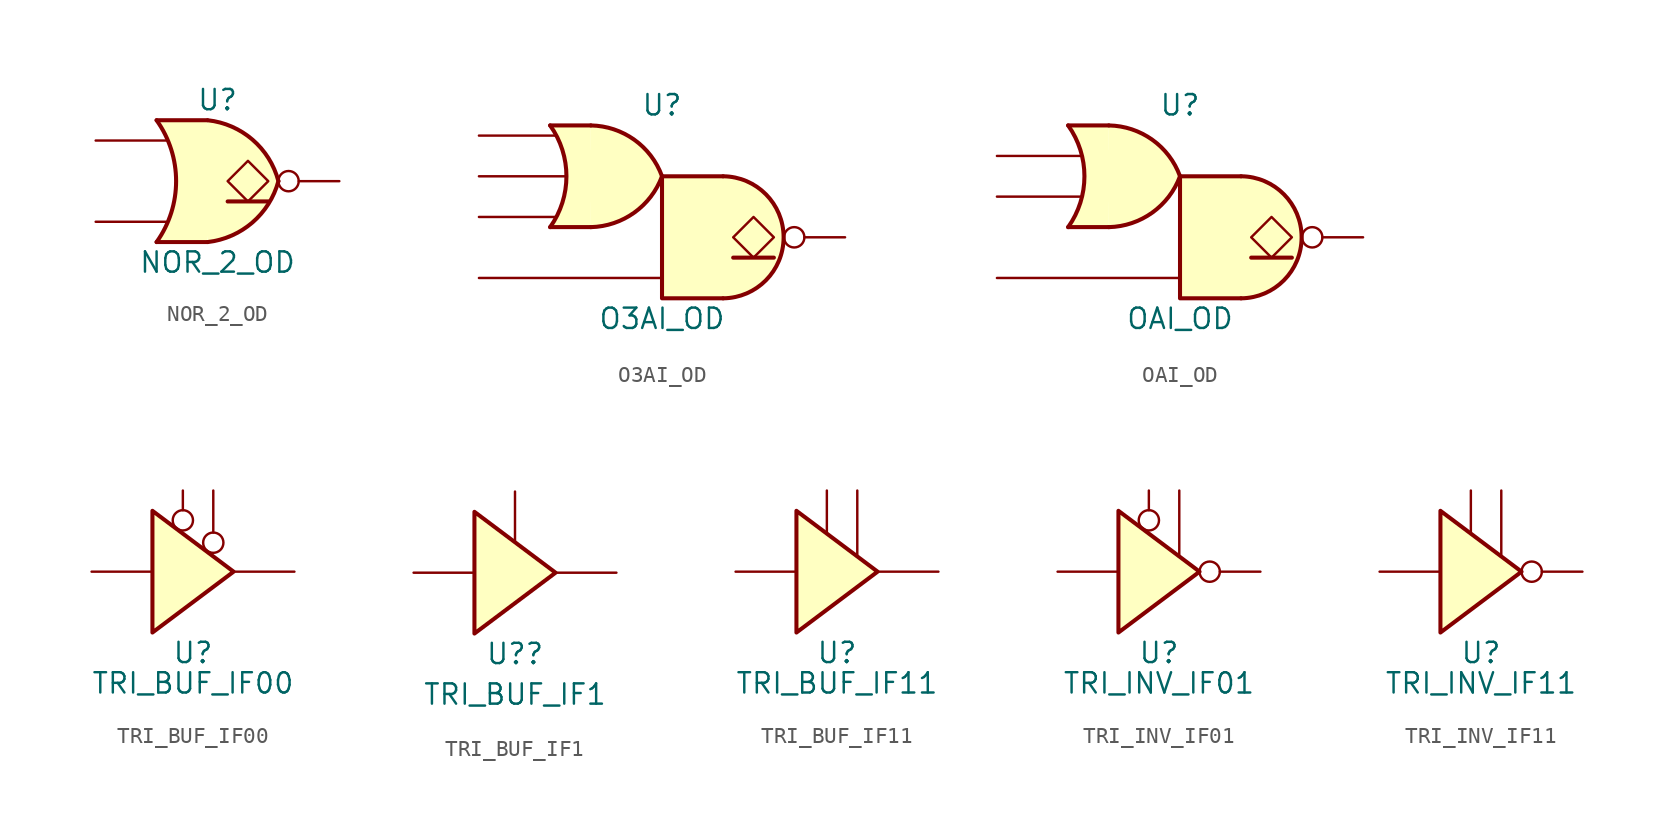
<source format=kicad_sym>
(kicad_symbol_lib
  (version 20231120)
  (generator "kicad_symbol_editor")
  (generator_version "8.0")
  (symbol "NOR_2_OD"
    (pin_numbers hide)
    (pin_names hide)
    (property "Reference" "U"
      (at 0 5.08 0)
      (effects (font (size 1.27 1.27))))
    (property "Value" "NOR_2_OD"
      (at 0 -5.08 0)
      (effects (font (size 1.27 1.27))))
    (symbol "NOR_2_OD_1_1"
      (arc (start -3.8102 -3.81) (mid -2.5892 0) (end -3.8102 3.81) (stroke (width 0.254) (type default)) (fill (type none)))
      (arc (start -0.6098 -3.81) (mid 2.1853 -2.584) (end 3.8098 0) (stroke (width 0.254) (type default)) (fill (type background)))
      (polyline (pts (xy -3.81 -3.81) (xy -0.635 -3.81)) (stroke (width 0.254) (type default)) (fill (type background)))
      (polyline (pts (xy -3.81 3.81) (xy -0.635 3.81)) (stroke (width 0.254) (type default)) (fill (type background)))
      (polyline (pts (xy 0.635 -1.27) (xy 3.175 -1.27)) (stroke (width 0.254) (type default)) (fill (type none)))
      (polyline (pts (xy 3.175 0) (xy 1.905 1.27) (xy 0.635 0) (xy 1.905 -1.27) (xy 3.175 0)) (stroke (width 0) (type default)) (fill (type none)))
      (polyline (pts (xy -0.635 3.81) (xy -3.81 3.81) (xy -3.81 3.81) (xy -3.556 3.404) (xy -3.023 2.261) (xy -2.693 1.041) (xy -2.616 -0.254) (xy -2.769 -1.499) (xy -3.175 -2.718) (xy -3.81 -3.81) (xy -3.81 -3.81) (xy -0.635 -3.81)) (stroke (width -25.4) (type default)) (fill (type background)))
      (arc (start 3.8098 0) (mid 2.1926 2.5925) (end -0.6098 3.81) (stroke (width 0.254) (type default)) (fill (type background)))
      (pin input line (at -7.62 2.54 0) (length 4.4) (name "~" (effects (font (size 1.27 1.27)))) (number "1" (effects (font (size 1.27 1.27)))))
      (pin input line (at -7.62 -2.54 0) (length 4.4) (name "~" (effects (font (size 1.27 1.27)))) (number "2" (effects (font (size 1.27 1.27)))))
      (pin tri_state inverted (at 7.62 0 180) (length 3.81) (name "~" (effects (font (size 1.27 1.27)))) (number "3" (effects (font (size 0 0)))))))
  (symbol "O3AI_OD"
    (pin_numbers hide)
    (pin_names hide)
    (property "Reference" "U"
      (at 0 6.985 0)
      (effects (font (size 1.27 1.27))))
    (property "Value" "O3AI_OD"
      (at 0 -6.35 0)
      (effects (font (size 1.27 1.27))))
    (symbol "O3AI_OD_1_1"
      (arc (start -6.9841 -0.635) (mid -5.9668 2.54) (end -6.9841 5.715) (stroke (width 0.254) (type default)) (fill (type none)))
      (arc (start -4.4441 -0.635) (mid -1.734 0.2698) (end 0.0007 2.54) (stroke (width 0.254) (type default)) (fill (type background)))
      (polyline (pts (xy -6.984 -0.635) (xy -4.444 -0.635)) (stroke (width 0.254) (type default)) (fill (type background)))
      (polyline (pts (xy -6.984 5.715) (xy -4.444 5.715)) (stroke (width 0.254) (type default)) (fill (type background)))
      (polyline (pts (xy 4.445 -2.54) (xy 6.985 -2.54)) (stroke (width 0.254) (type default)) (fill (type none)))
      (polyline (pts (xy 3.811 2.54) (xy 0.001 2.54) (xy 0.001 -5.08) (xy 3.811 -5.08)) (stroke (width 0.254) (type default)) (fill (type background)))
      (polyline (pts (xy 6.985 -1.27) (xy 5.715 0) (xy 4.445 -1.27) (xy 5.715 -2.54) (xy 6.985 -1.27)) (stroke (width 0) (type default)) (fill (type none)))
      (polyline (pts (xy -4.444 5.715) (xy -6.959 5.69) (xy -6.552 5.029) (xy -6.247 4.318) (xy -6.095 3.658) (xy -5.943 2.946) (xy -5.943 2.134) (xy -6.044 1.422) (xy -6.349 0.559) (xy -6.603 0) (xy -6.908 -0.61) (xy -4.444 -0.635)) (stroke (width -25.4) (type default)) (fill (type background)))
      (arc (start 0.0007 2.54) (mid -1.7279 4.8188) (end -4.4441 5.715) (stroke (width 0.254) (type default)) (fill (type background)))
      (arc (start 3.8109 -5.08) (mid 7.5934 -1.27) (end 3.8109 2.54) (stroke (width 0.254) (type default)) (fill (type background)))
      (pin input line (at -11.43 5.08 0) (length 4.8) (name "~" (effects (font (size 1.27 1.27)))) (number "1" (effects (font (size 1.27 1.27)))))
      (pin input line (at -11.43 2.54 0) (length 5.4) (name "~" (effects (font (size 1.27 1.27)))) (number "2" (effects (font (size 1.27 1.27)))))
      (pin input line (at -11.43 0 0) (length 4.8) (name "~" (effects (font (size 1.27 1.27)))) (number "3" (effects (font (size 1.27 1.27)))))
      (pin input line (at -11.43 -3.81 0) (length 11.4) (name "~" (effects (font (size 1.27 1.27)))) (number "4" (effects (font (size 1.27 1.27)))))
      (pin tri_state inverted (at 11.43 -1.27 180) (length 3.81) (name "~" (effects (font (size 1.27 1.27)))) (number "5" (effects (font (size 0 0)))))))
  (symbol "OAI_OD"
    (pin_numbers hide)
    (pin_names hide)
    (property "Reference" "U"
      (at 0 6.985 0)
      (effects (font (size 1.27 1.27))))
    (property "Value" "OAI_OD"
      (at 0 -6.35 0)
      (effects (font (size 1.27 1.27))))
    (symbol "OAI_OD_1_1"
      (arc (start -6.9841 -0.635) (mid -5.9668 2.54) (end -6.9841 5.715) (stroke (width 0.254) (type default)) (fill (type none)))
      (arc (start -4.4441 -0.635) (mid -1.734 0.2698) (end 0.0007 2.54) (stroke (width 0.254) (type default)) (fill (type background)))
      (polyline (pts (xy -6.984 -0.635) (xy -4.444 -0.635)) (stroke (width 0.254) (type default)) (fill (type background)))
      (polyline (pts (xy -6.984 5.715) (xy -4.444 5.715)) (stroke (width 0.254) (type default)) (fill (type background)))
      (polyline (pts (xy 4.445 -2.54) (xy 6.985 -2.54)) (stroke (width 0.254) (type default)) (fill (type none)))
      (polyline (pts (xy 3.811 2.54) (xy 0.001 2.54) (xy 0.001 -5.08) (xy 3.811 -5.08)) (stroke (width 0.254) (type default)) (fill (type background)))
      (polyline (pts (xy 6.985 -1.27) (xy 5.715 0) (xy 4.445 -1.27) (xy 5.715 -2.54) (xy 6.985 -1.27)) (stroke (width 0) (type default)) (fill (type none)))
      (polyline (pts (xy -4.444 5.715) (xy -6.959 5.69) (xy -6.552 5.029) (xy -6.247 4.318) (xy -6.095 3.658) (xy -5.943 2.946) (xy -5.943 2.134) (xy -6.044 1.422) (xy -6.349 0.559) (xy -6.603 0) (xy -6.908 -0.61) (xy -4.444 -0.635)) (stroke (width -25.4) (type default)) (fill (type background)))
      (arc (start 0.0007 2.54) (mid -1.7279 4.8188) (end -4.4441 5.715) (stroke (width 0.254) (type default)) (fill (type background)))
      (arc (start 3.8109 -5.08) (mid 7.5934 -1.27) (end 3.8109 2.54) (stroke (width 0.254) (type default)) (fill (type background)))
      (pin input line (at -11.43 3.81 0) (length 5.3) (name "~" (effects (font (size 1.27 1.27)))) (number "1" (effects (font (size 1.27 1.27)))))
      (pin input line (at -11.43 1.27 0) (length 5.3) (name "~" (effects (font (size 1.27 1.27)))) (number "2" (effects (font (size 1.27 1.27)))))
      (pin input line (at -11.43 -3.81 0) (length 11.4) (name "~" (effects (font (size 1.27 1.27)))) (number "3" (effects (font (size 1.27 1.27)))))
      (pin tri_state inverted (at 11.43 -1.27 180) (length 3.81) (name "~" (effects (font (size 1.27 1.27)))) (number "4" (effects (font (size 0 0)))))))
  (symbol "TRI_BUF_IF00"
    (pin_numbers hide)
    (pin_names hide)
    (property "Reference" "U"
      (at 0 -5.08 0)
      (effects (font (size 1.27 1.27))))
    (property "Value" "TRI_BUF_IF00"
      (at 0 -6.985 0)
      (effects (font (size 1.27 1.27))))
    (symbol "TRI_BUF_IF00_1_0"
      (polyline (pts (xy -2.54 3.81) (xy -2.54 -3.81) (xy 2.54 0) (xy -2.54 3.81)) (stroke (width 0.254) (type default)) (fill (type background)))
      (pin input line (at -6.35 0 0) (length 3.81) (name "~" (effects (font (size 1.27 1.27)))) (number "2" (effects (font (size 1.27 1.27)))))
      (pin tri_state line (at 6.35 0 180) (length 3.81) (name "~" (effects (font (size 1.27 1.27)))) (number "3" (effects (font (size 1.27 1.27))))))
    (symbol "TRI_BUF_IF00_1_1"
      (pin input inverted (at -0.635 5.08 270) (length 2.5) (name "ENA" (effects (font (size 1.27 1.27)))) (number "1" (effects (font (size 1.27 1.27)))))
      (pin input inverted (at 1.27 5.08 270) (length 3.9) (name "ENA" (effects (font (size 1.27 1.27)))) (number "1" (effects (font (size 1.27 1.27)))))))
  (symbol "TRI_BUF_IF1"
    (pin_numbers hide)
    (pin_names hide)
    (property "Reference" "U?"
      (at 0 -5.08 0)
      (effects (font (size 1.27 1.27))))
    (property "Value" "TRI_BUF_IF1"
      (at 0 -7.62 0)
      (effects (font (size 1.27 1.27))))
    (symbol "TRI_BUF_IF1_1_0"
      (polyline (pts (xy -2.54 3.81) (xy -2.54 -3.81) (xy 2.54 0) (xy -2.54 3.81)) (stroke (width 0.254) (type default)) (fill (type background)))
      (pin input line (at -6.35 0 0) (length 3.81) (name "~" (effects (font (size 1.27 1.27)))) (number "2" (effects (font (size 1.27 1.27)))))
      (pin tri_state line (at 6.35 0 180) (length 3.81) (name "~" (effects (font (size 1.27 1.27)))) (number "3" (effects (font (size 1.27 1.27))))))
    (symbol "TRI_BUF_IF1_1_1"
      (pin input line (at 0 5.08 270) (length 3.15) (name "ENA" (effects (font (size 1.27 1.27)))) (number "1" (effects (font (size 1.27 1.27)))))))
  (symbol "TRI_BUF_IF11"
    (pin_numbers hide)
    (pin_names hide)
    (property "Reference" "U"
      (at 0 -5.08 0)
      (effects (font (size 1.27 1.27))))
    (property "Value" "TRI_BUF_IF11"
      (at 0 -6.985 0)
      (effects (font (size 1.27 1.27))))
    (symbol "TRI_BUF_IF11_1_0"
      (polyline (pts (xy -2.54 3.81) (xy -2.54 -3.81) (xy 2.54 0) (xy -2.54 3.81)) (stroke (width 0.254) (type default)) (fill (type background)))
      (pin input line (at -6.35 0 0) (length 3.81) (name "~" (effects (font (size 1.27 1.27)))) (number "2" (effects (font (size 1.27 1.27)))))
      (pin tri_state line (at 6.35 0 180) (length 3.81) (name "~" (effects (font (size 1.27 1.27)))) (number "3" (effects (font (size 1.27 1.27))))))
    (symbol "TRI_BUF_IF11_1_1"
      (pin input line (at -0.635 5.08 270) (length 2.7) (name "ENA" (effects (font (size 1.27 1.27)))) (number "1" (effects (font (size 1.27 1.27)))))
      (pin input line (at 1.27 5.08 270) (length 4) (name "ENA" (effects (font (size 1.27 1.27)))) (number "1" (effects (font (size 1.27 1.27)))))))
  (symbol "TRI_INV_IF01"
    (pin_numbers hide)
    (pin_names hide)
    (property "Reference" "U"
      (at 0 -5.08 0)
      (effects (font (size 1.27 1.27))))
    (property "Value" "TRI_INV_IF01"
      (at 0 -6.985 0)
      (effects (font (size 1.27 1.27))))
    (symbol "TRI_INV_IF01_1_0"
      (polyline (pts (xy -2.54 3.81) (xy -2.54 -3.81) (xy 2.54 0) (xy -2.54 3.81)) (stroke (width 0.254) (type default)) (fill (type background)))
      (pin input line (at -6.35 0 0) (length 3.81) (name "~" (effects (font (size 1.27 1.27)))) (number "2" (effects (font (size 1.27 1.27)))))
      (pin tri_state inverted (at 6.35 0 180) (length 3.81) (name "~" (effects (font (size 1.27 1.27)))) (number "3" (effects (font (size 1.27 1.27))))))
    (symbol "TRI_INV_IF01_1_1"
      (pin input inverted (at -0.635 5.08 270) (length 2.5) (name "ENA" (effects (font (size 1.27 1.27)))) (number "1" (effects (font (size 1.27 1.27)))))
      (pin input line (at 1.27 5.08 270) (length 4) (name "ENA" (effects (font (size 1.27 1.27)))) (number "1" (effects (font (size 1.27 1.27)))))))
  (symbol "TRI_INV_IF11"
    (pin_numbers hide)
    (pin_names hide)
    (property "Reference" "U"
      (at 0 -5.08 0)
      (effects (font (size 1.27 1.27))))
    (property "Value" "TRI_INV_IF11"
      (at 0 -6.985 0)
      (effects (font (size 1.27 1.27))))
    (symbol "TRI_INV_IF11_1_0"
      (polyline (pts (xy -2.54 3.81) (xy -2.54 -3.81) (xy 2.54 0) (xy -2.54 3.81)) (stroke (width 0.254) (type default)) (fill (type background)))
      (pin input line (at -6.35 0 0) (length 3.81) (name "~" (effects (font (size 1.27 1.27)))) (number "2" (effects (font (size 1.27 1.27)))))
      (pin tri_state inverted (at 6.35 0 180) (length 3.81) (name "~" (effects (font (size 1.27 1.27)))) (number "3" (effects (font (size 1.27 1.27))))))
    (symbol "TRI_INV_IF11_1_1"
      (pin input line (at -0.635 5.08 270) (length 2.7) (name "ENA" (effects (font (size 1.27 1.27)))) (number "1" (effects (font (size 1.27 1.27)))))
      (pin input line (at 1.27 5.08 270) (length 4) (name "ENA" (effects (font (size 1.27 1.27)))) (number "1" (effects (font (size 1.27 1.27))))))))
</source>
